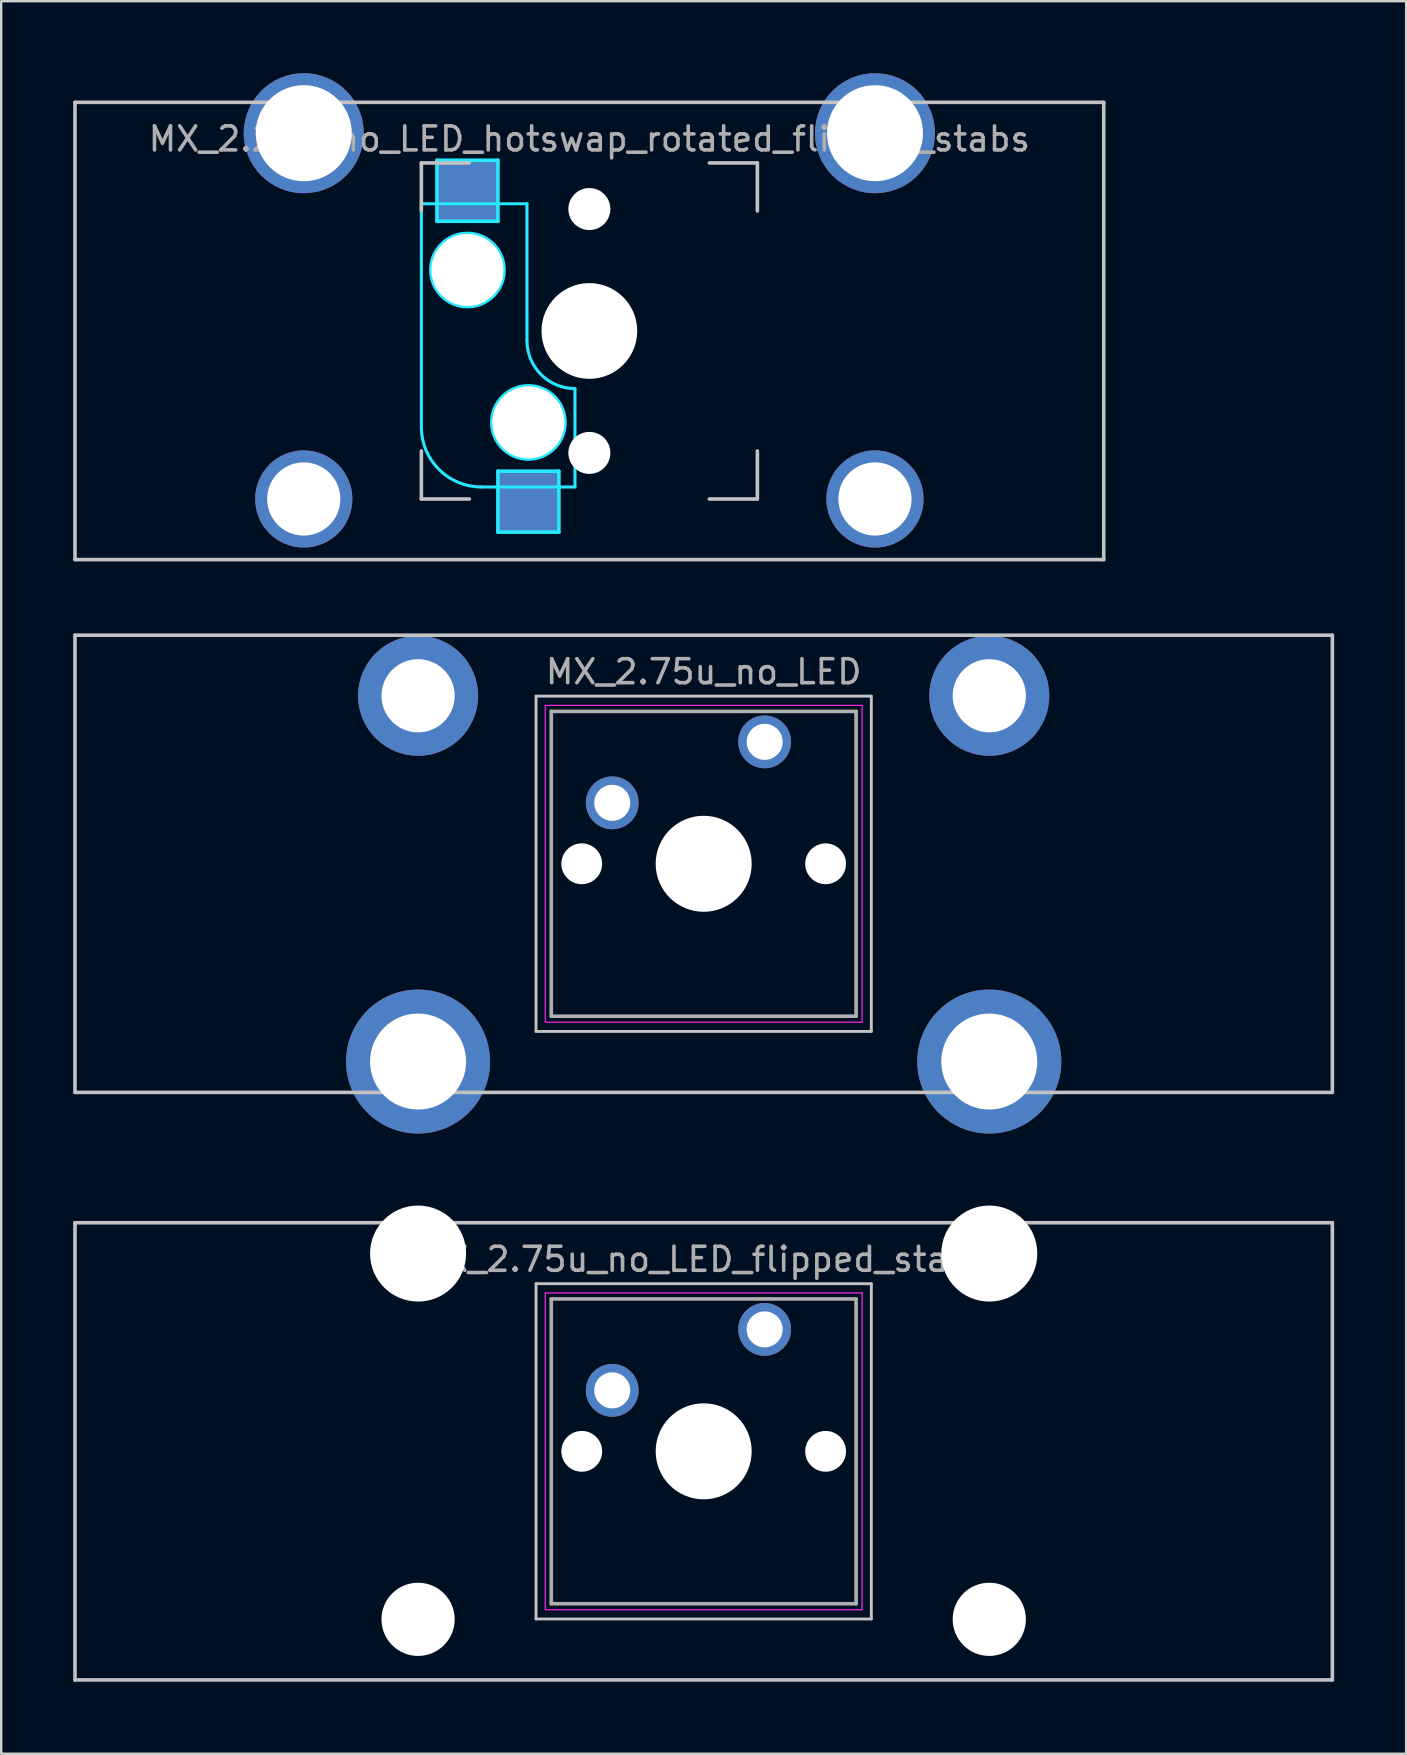
<source format=kicad_pcb>
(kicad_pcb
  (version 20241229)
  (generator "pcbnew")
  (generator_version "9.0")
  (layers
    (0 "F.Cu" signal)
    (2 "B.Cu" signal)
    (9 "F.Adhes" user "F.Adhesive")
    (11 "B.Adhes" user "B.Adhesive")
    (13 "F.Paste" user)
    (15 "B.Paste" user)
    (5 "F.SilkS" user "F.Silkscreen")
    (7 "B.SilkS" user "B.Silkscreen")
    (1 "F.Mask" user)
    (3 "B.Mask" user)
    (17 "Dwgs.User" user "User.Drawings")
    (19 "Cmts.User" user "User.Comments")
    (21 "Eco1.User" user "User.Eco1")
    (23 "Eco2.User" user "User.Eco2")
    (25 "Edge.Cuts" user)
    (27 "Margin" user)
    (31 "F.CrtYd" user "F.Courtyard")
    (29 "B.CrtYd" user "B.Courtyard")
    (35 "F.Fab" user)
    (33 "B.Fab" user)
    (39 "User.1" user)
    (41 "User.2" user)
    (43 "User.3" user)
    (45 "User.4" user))
  (footprint "MX_2.25u_no_LED_hotswap_rotated_flipped_stabs"
    (layer "F.Cu")
    (at 21.506 10.74)
    (property "Reference" "MX_2.25u_no_LED_hotswap_rotated_flipped_stabs" (at 0 -8 0) (layer "F.Fab") (effects (font (size 1 1) (thickness 0.15))))
    (attr through_hole)
    (fp_line (start -21.431 -9.525) (end 21.431 -9.525) (stroke (width 0.15) (type solid)) (layer "Dwgs.User"))
    (fp_line (start -21.431 9.525) (end -21.431 -9.525) (stroke (width 0.15) (type solid)) (layer "Dwgs.User"))
    (fp_line (start -7 -7) (end -5 -7) (stroke (width 0.15) (type solid)) (layer "Dwgs.User"))
    (fp_line (start -7 -5) (end -7 -7) (stroke (width 0.15) (type solid)) (layer "Dwgs.User"))
    (fp_line (start -7 5) (end -7 7) (stroke (width 0.15) (type solid)) (layer "Dwgs.User"))
    (fp_line (start -7 7) (end -5 7) (stroke (width 0.15) (type solid)) (layer "Dwgs.User"))
    (fp_line (start 5 7) (end 7 7) (stroke (width 0.15) (type solid)) (layer "Dwgs.User"))
    (fp_line (start 7 -7) (end 5 -7) (stroke (width 0.15) (type solid)) (layer "Dwgs.User"))
    (fp_line (start 7 -5) (end 7 -7) (stroke (width 0.15) (type solid)) (layer "Dwgs.User"))
    (fp_line (start 7 7) (end 7 5) (stroke (width 0.15) (type solid)) (layer "Dwgs.User"))
    (fp_line (start 21.431 -9.525) (end 21.431 9.525) (stroke (width 0.15) (type solid)) (layer "Dwgs.User"))
    (fp_line (start 21.431 9.525) (end -21.431 9.525) (stroke (width 0.15) (type solid)) (layer "Dwgs.User"))
    (fp_line (start -7 -5.3) (end -7 4) (stroke (width 0.127) (type solid)) (layer "B.CrtYd"))
    (fp_line (start -7 -5.3) (end -2.6 -5.3) (stroke (width 0.127) (type solid)) (layer "B.CrtYd"))
    (fp_line (start -6.35 -7.112) (end -3.81 -7.112) (stroke (width 0.15) (type solid)) (layer "B.CrtYd"))
    (fp_line (start -6.35 -4.572) (end -6.35 -7.112) (stroke (width 0.15) (type solid)) (layer "B.CrtYd"))
    (fp_line (start -4.5 6.5) (end -0.6 6.5) (stroke (width 0.127) (type solid)) (layer "B.CrtYd"))
    (fp_line (start -3.81 -7.112) (end -3.81 -4.572) (stroke (width 0.15) (type solid)) (layer "B.CrtYd"))
    (fp_line (start -3.81 -4.572) (end -6.35 -4.572) (stroke (width 0.15) (type solid)) (layer "B.CrtYd"))
    (fp_line (start -3.81 5.842) (end -3.81 8.382) (stroke (width 0.15) (type solid)) (layer "B.CrtYd"))
    (fp_line (start -3.81 8.382) (end -1.27 8.382) (stroke (width 0.15) (type solid)) (layer "B.CrtYd"))
    (fp_line (start -2.6 0.4) (end -2.6 -5.3) (stroke (width 0.127) (type solid)) (layer "B.CrtYd"))
    (fp_line (start -1.27 5.842) (end -3.81 5.842) (stroke (width 0.15) (type solid)) (layer "B.CrtYd"))
    (fp_line (start -1.27 8.382) (end -1.27 5.842) (stroke (width 0.15) (type solid)) (layer "B.CrtYd"))
    (fp_line (start -0.6 6.5) (end -0.6 2.4) (stroke (width 0.127) (type solid)) (layer "B.CrtYd"))
    (fp_arc (start -4.5 6.5) (mid -6.267767 5.767767) (end -7 4) (stroke (width 0.127) (type solid)) (layer "B.CrtYd"))
    (fp_arc (start -0.6 2.4) (mid -2.014214 1.814214) (end -2.6 0.4) (stroke (width 0.127) (type solid)) (layer "B.CrtYd"))
    (fp_circle (center -5.08 -2.54) (end -6.604 -2.54) (stroke (width 0.15) (type solid)) (fill no) (layer "B.CrtYd"))
    (fp_circle (center -2.54 3.81) (end -4.064 3.81) (stroke (width 0.15) (type solid)) (fill no) (layer "B.CrtYd"))
    (pad "" np_thru_hole circle (at -11.9 -8.24 180) (size 5 5) (drill 4) (layers "*.Cu" "B.Mask"))
    (pad "" np_thru_hole circle (at -11.9 7 180) (size 4.05 4.05) (drill 3.05) (layers "*.Cu" "B.Mask"))
    (pad "" np_thru_hole circle (at -5.08 -2.54 90) (size 3 3) (drill 3) (layers "*.Cu" "*.Mask"))
    (pad "" np_thru_hole circle (at -2.54 3.81 90) (size 3 3) (drill 3) (layers "*.Cu" "*.Mask"))
    (pad "" np_thru_hole circle (at 0 -5.08 138.1) (size 1.75 1.75) (drill 1.75) (layers "*.Cu" "*.Mask"))
    (pad "" np_thru_hole circle (at 0 0 180) (size 3.988 3.988) (drill 3.988) (layers "*.Cu" "*.Mask"))
    (pad "" np_thru_hole circle (at 0 5.08 138.1) (size 1.75 1.75) (drill 1.75) (layers "*.Cu" "*.Mask"))
    (pad "" np_thru_hole circle (at 11.9 -8.24 180) (size 5 5) (drill 4) (layers "*.Cu" "B.Mask"))
    (pad "" np_thru_hole circle (at 11.9 7 180) (size 4.05 4.05) (drill 3.05) (layers "*.Cu" "B.Mask"))
    (pad "1" smd rect (at -2.54 7.085 90) (size 2.55 2.5) (layers "B.Cu" "B.Mask" "B.Paste"))
    (pad "2" smd rect (at -5.08 -5.842 90) (size 2.55 2.5) (layers "B.Cu" "B.Mask" "B.Paste")))
  (footprint "MX_2.75u_no_LED_flipped_stabs"
    (layer "F.Cu")
    (at 26.269 57.42)
    (property "Reference" "MX_2.75u_no_LED_flipped_stabs" (at 0 -8 180) (layer "F.Fab") (effects (font (size 1 1) (thickness 0.15))))
    (attr through_hole)
    (fp_line (start -26.194 -9.525) (end 26.194 -9.525) (stroke (width 0.15) (type solid)) (layer "Dwgs.User"))
    (fp_line (start -26.194 9.525) (end -26.194 -9.525) (stroke (width 0.15) (type solid)) (layer "Dwgs.User"))
    (fp_line (start -6.985 -6.985) (end 6.985 -6.985) (stroke (width 0.12) (type solid)) (layer "Dwgs.User"))
    (fp_line (start -6.985 6.985) (end -6.985 -6.985) (stroke (width 0.12) (type solid)) (layer "Dwgs.User"))
    (fp_line (start 6.985 -6.985) (end 6.985 6.985) (stroke (width 0.12) (type solid)) (layer "Dwgs.User"))
    (fp_line (start 6.985 6.985) (end -6.985 6.985) (stroke (width 0.12) (type solid)) (layer "Dwgs.User"))
    (fp_line (start 26.194 -9.525) (end 26.194 9.525) (stroke (width 0.15) (type solid)) (layer "Dwgs.User"))
    (fp_line (start 26.194 9.525) (end -26.194 9.525) (stroke (width 0.15) (type solid)) (layer "Dwgs.User"))
    (fp_line (start -6.6 -6.6) (end 6.6 -6.6) (stroke (width 0.05) (type solid)) (layer "F.CrtYd"))
    (fp_line (start -6.6 6.6) (end -6.6 -6.6) (stroke (width 0.05) (type solid)) (layer "F.CrtYd"))
    (fp_line (start 6.6 -6.6) (end 6.6 6.6) (stroke (width 0.05) (type solid)) (layer "F.CrtYd"))
    (fp_line (start 6.6 6.6) (end -6.6 6.6) (stroke (width 0.05) (type solid)) (layer "F.CrtYd"))
    (fp_line (start -6.35 -6.35) (end 6.35 -6.35) (stroke (width 0.15) (type solid)) (layer "F.Fab"))
    (fp_line (start -6.35 6.35) (end -6.35 -6.35) (stroke (width 0.15) (type solid)) (layer "F.Fab"))
    (fp_line (start 6.35 -6.35) (end 6.35 6.35) (stroke (width 0.15) (type solid)) (layer "F.Fab"))
    (fp_line (start 6.35 6.35) (end -6.35 6.35) (stroke (width 0.15) (type solid)) (layer "F.Fab"))
    (pad "" np_thru_hole circle (at -11.9 -8.24 180) (size 4 4) (drill 4) (layers "*.Cu" "*.Mask"))
    (pad "" np_thru_hole circle (at -11.9 7 180) (size 3.05 3.05) (drill 3.05) (layers "*.Cu" "*.Mask"))
    (pad "" np_thru_hole circle (at -5.08 0) (size 1.7 1.7) (drill 1.7) (layers "*.Cu" "*.Mask"))
    (pad "" np_thru_hole circle (at 0 0 180) (size 4 4) (drill 4) (layers "*.Cu" "*.Mask"))
    (pad "" np_thru_hole circle (at 5.08 0) (size 1.7 1.7) (drill 1.7) (layers "*.Cu" "*.Mask"))
    (pad "" np_thru_hole circle (at 11.9 -8.24 180) (size 4 4) (drill 4) (layers "*.Cu" "*.Mask"))
    (pad "" np_thru_hole circle (at 11.9 7 180) (size 3.05 3.05) (drill 3.05) (layers "*.Cu" "*.Mask"))
    (pad "1" thru_hole circle (at 2.54 -5.08) (size 2.2 2.2) (drill 1.5) (layers "*.Cu" "*.Mask"))
    (pad "2" thru_hole circle (at -3.81 -2.54) (size 2.2 2.2) (drill 1.5) (layers "*.Cu" "*.Mask")))
  (footprint "MX_2.75u_no_LED"
    (layer "F.Cu")
    (at 26.269 32.94)
    (property "Reference" "MX_2.75u_no_LED" (at 0 -8 0) (layer "F.Fab") (effects (font (size 1 1) (thickness 0.15))))
    (attr through_hole)
    (fp_line (start -26.194 -9.525) (end 26.194 -9.525) (stroke (width 0.15) (type solid)) (layer "Dwgs.User"))
    (fp_line (start -26.194 9.525) (end -26.194 -9.525) (stroke (width 0.15) (type solid)) (layer "Dwgs.User"))
    (fp_line (start -6.985 -6.985) (end 6.985 -6.985) (stroke (width 0.12) (type solid)) (layer "Dwgs.User"))
    (fp_line (start -6.985 6.985) (end -6.985 -6.985) (stroke (width 0.12) (type solid)) (layer "Dwgs.User"))
    (fp_line (start 6.985 -6.985) (end 6.985 6.985) (stroke (width 0.12) (type solid)) (layer "Dwgs.User"))
    (fp_line (start 6.985 6.985) (end -6.985 6.985) (stroke (width 0.12) (type solid)) (layer "Dwgs.User"))
    (fp_line (start 26.194 -9.525) (end 26.194 9.525) (stroke (width 0.15) (type solid)) (layer "Dwgs.User"))
    (fp_line (start 26.194 9.525) (end -26.194 9.525) (stroke (width 0.15) (type solid)) (layer "Dwgs.User"))
    (fp_line (start -6.6 -6.6) (end 6.6 -6.6) (stroke (width 0.05) (type solid)) (layer "F.CrtYd"))
    (fp_line (start -6.6 6.6) (end -6.6 -6.6) (stroke (width 0.05) (type solid)) (layer "F.CrtYd"))
    (fp_line (start 6.6 -6.6) (end 6.6 6.6) (stroke (width 0.05) (type solid)) (layer "F.CrtYd"))
    (fp_line (start 6.6 6.6) (end -6.6 6.6) (stroke (width 0.05) (type solid)) (layer "F.CrtYd"))
    (fp_line (start -6.35 -6.35) (end 6.35 -6.35) (stroke (width 0.15) (type solid)) (layer "F.Fab"))
    (fp_line (start -6.35 6.35) (end -6.35 -6.35) (stroke (width 0.15) (type solid)) (layer "F.Fab"))
    (fp_line (start 6.35 -6.35) (end 6.35 6.35) (stroke (width 0.15) (type solid)) (layer "F.Fab"))
    (fp_line (start 6.35 6.35) (end -6.35 6.35) (stroke (width 0.15) (type solid)) (layer "F.Fab"))
    (pad "" np_thru_hole circle (at -11.9 -7) (size 5 5) (drill 3.05) (layers "*.Cu" "B.Mask"))
    (pad "" np_thru_hole circle (at -11.9 8.24) (size 6 6) (drill 4) (layers "*.Cu" "B.Mask"))
    (pad "" np_thru_hole circle (at -5.08 0) (size 1.7 1.7) (drill 1.7) (layers "*.Cu" "*.Mask"))
    (pad "" np_thru_hole circle (at 0 0) (size 4 4) (drill 4) (layers "*.Cu" "*.Mask"))
    (pad "" np_thru_hole circle (at 5.08 0) (size 1.7 1.7) (drill 1.7) (layers "*.Cu" "*.Mask"))
    (pad "" np_thru_hole circle (at 11.9 -7) (size 5 5) (drill 3.05) (layers "*.Cu" "B.Mask"))
    (pad "" np_thru_hole circle (at 11.9 8.24) (size 6 6) (drill 4) (layers "*.Cu" "B.Mask"))
    (pad "1" thru_hole circle (at 2.54 -5.08) (size 2.2 2.2) (drill 1.5) (layers "*.Cu" "*.Mask"))
    (pad "2" thru_hole circle (at -3.81 -2.54) (size 2.2 2.2) (drill 1.5) (layers "*.Cu" "*.Mask")))
  (gr_rect
    (start -3 -3)
    (end 55.538 70.02)
    (stroke (width 0.1) (type default))
    (fill no)
    (layer "Edge.Cuts")))
</source>
